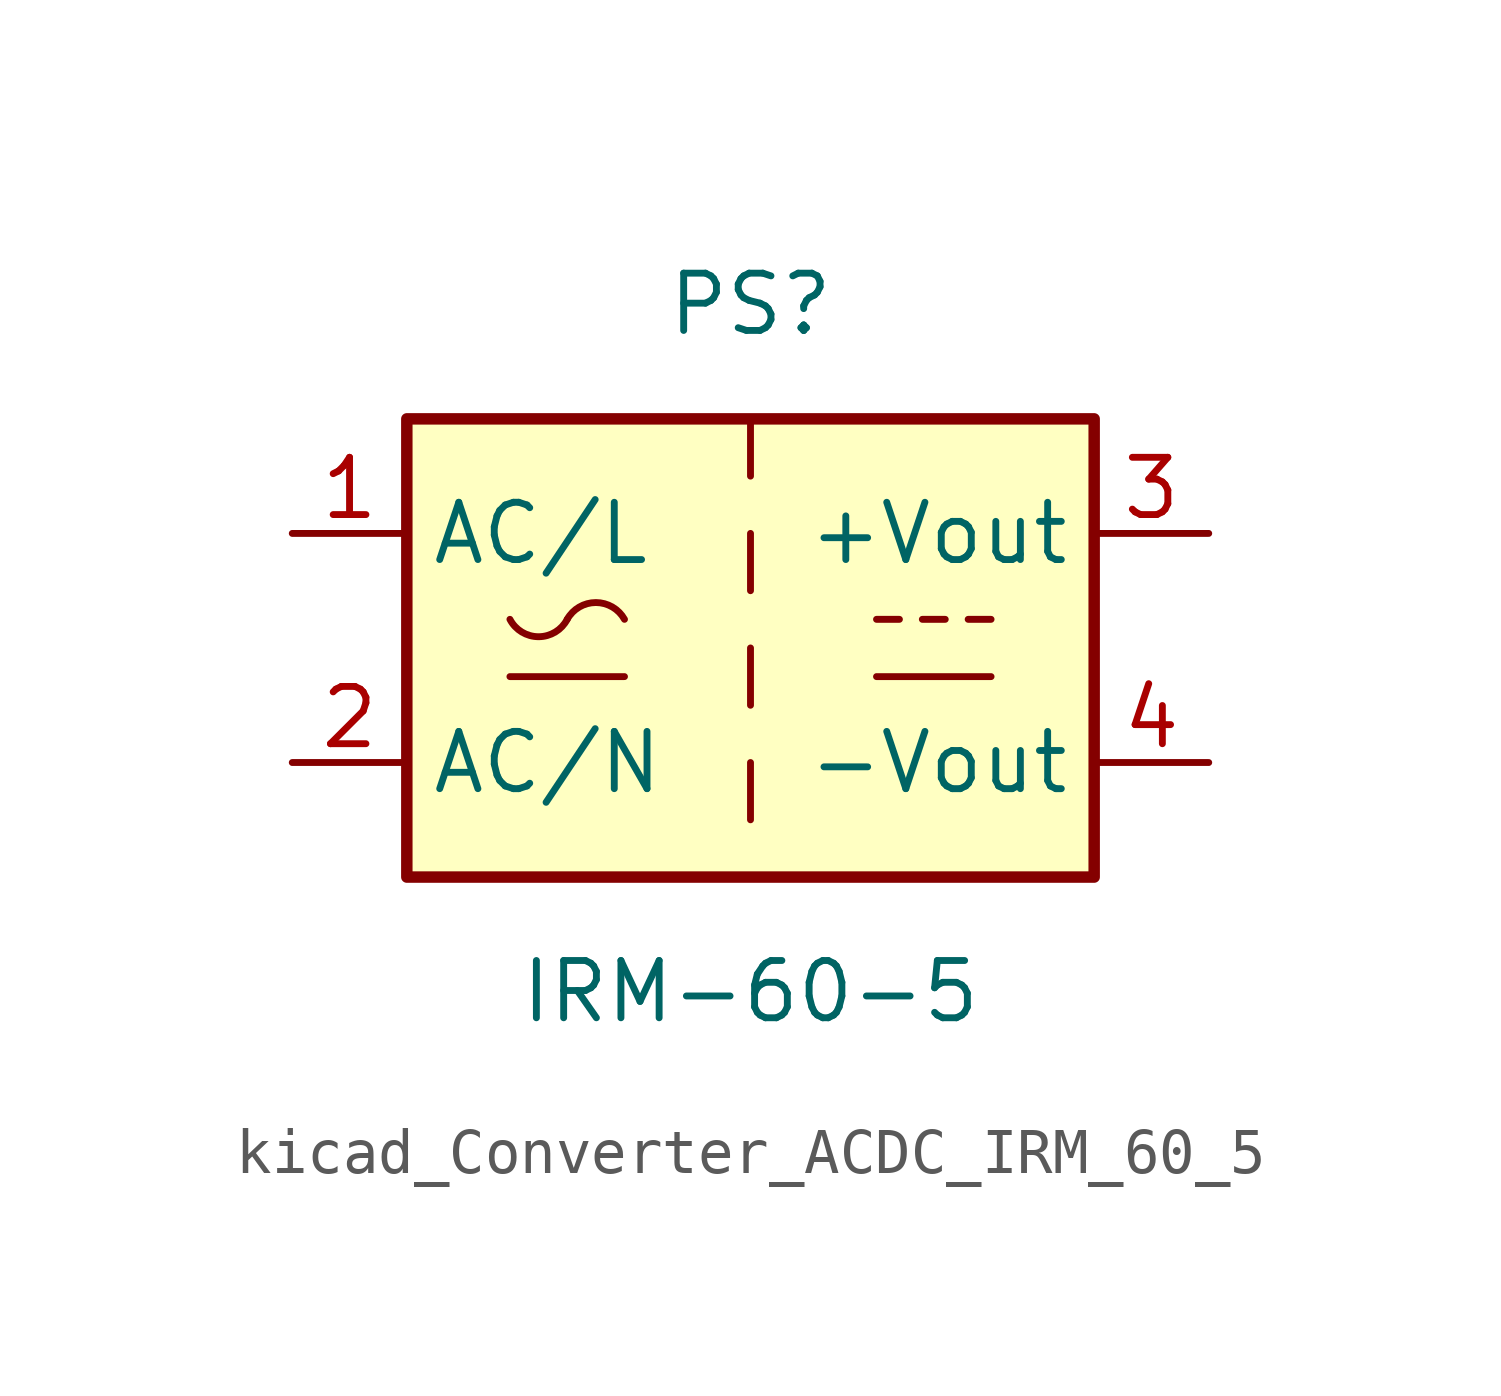
<source format=kicad_sym>
(kicad_symbol_lib
  (version 20220914)
  (generator kicad_symbol_editor)
  (symbol "kicad_Converter_ACDC_IRM_60_5"
    (property "Reference" "PS"
      (at 0 7.62 0)
      (effects (font (size 1.27 1.27))))
    (property "Value" "IRM-60-5"
      (at 0 -7.62 0)
      (effects (font (size 1.27 1.27))))
    (symbol "kicad_Converter_ACDC_IRM_60_5_1_1"
      (rectangle (start -7.62 5.08) (end 7.62 -5.08) (stroke (width 0.254) (type default)) (fill (type background)))
      (arc (start -5.334 0.635) (mid -4.699 0.2495) (end -4.064 0.635) (stroke (width 0) (type default)) (fill (type none)))
      (arc (start -2.794 0.635) (mid -3.429 1.0072) (end -4.064 0.635) (stroke (width 0) (type default)) (fill (type none)))
      (polyline (pts (xy -5.334 -0.635) (xy -2.794 -0.635)) (stroke (width 0) (type default)) (fill (type none)))
      (polyline (pts (xy 0 -2.54) (xy 0 -3.81)) (stroke (width 0) (type default)) (fill (type none)))
      (polyline (pts (xy 0 0) (xy 0 -1.27)) (stroke (width 0) (type default)) (fill (type none)))
      (polyline (pts (xy 0 2.54) (xy 0 1.27)) (stroke (width 0) (type default)) (fill (type none)))
      (polyline (pts (xy 0 5.08) (xy 0 3.81)) (stroke (width 0) (type default)) (fill (type none)))
      (polyline (pts (xy 2.794 -0.635) (xy 5.334 -0.635)) (stroke (width 0) (type default)) (fill (type none)))
      (polyline (pts (xy 2.794 0.635) (xy 3.302 0.635)) (stroke (width 0) (type default)) (fill (type none)))
      (polyline (pts (xy 3.81 0.635) (xy 4.318 0.635)) (stroke (width 0) (type default)) (fill (type none)))
      (polyline (pts (xy 4.826 0.635) (xy 5.334 0.635)) (stroke (width 0) (type default)) (fill (type none)))
      (pin power_in line (at -10.16 2.54 0) (length 2.54) (name "AC/L" (effects (font (size 1.27 1.27)))) (number "1" (effects (font (size 1.27 1.27)))))
      (pin power_in line (at -10.16 -2.54 0) (length 2.54) (name "AC/N" (effects (font (size 1.27 1.27)))) (number "2" (effects (font (size 1.27 1.27)))))
      (pin power_out line (at 10.16 2.54 180) (length 2.54) (name "+Vout" (effects (font (size 1.27 1.27)))) (number "3" (effects (font (size 1.27 1.27)))))
      (pin power_out line (at 10.16 -2.54 180) (length 2.54) (name "-Vout" (effects (font (size 1.27 1.27)))) (number "4" (effects (font (size 1.27 1.27))))))))
</source>
